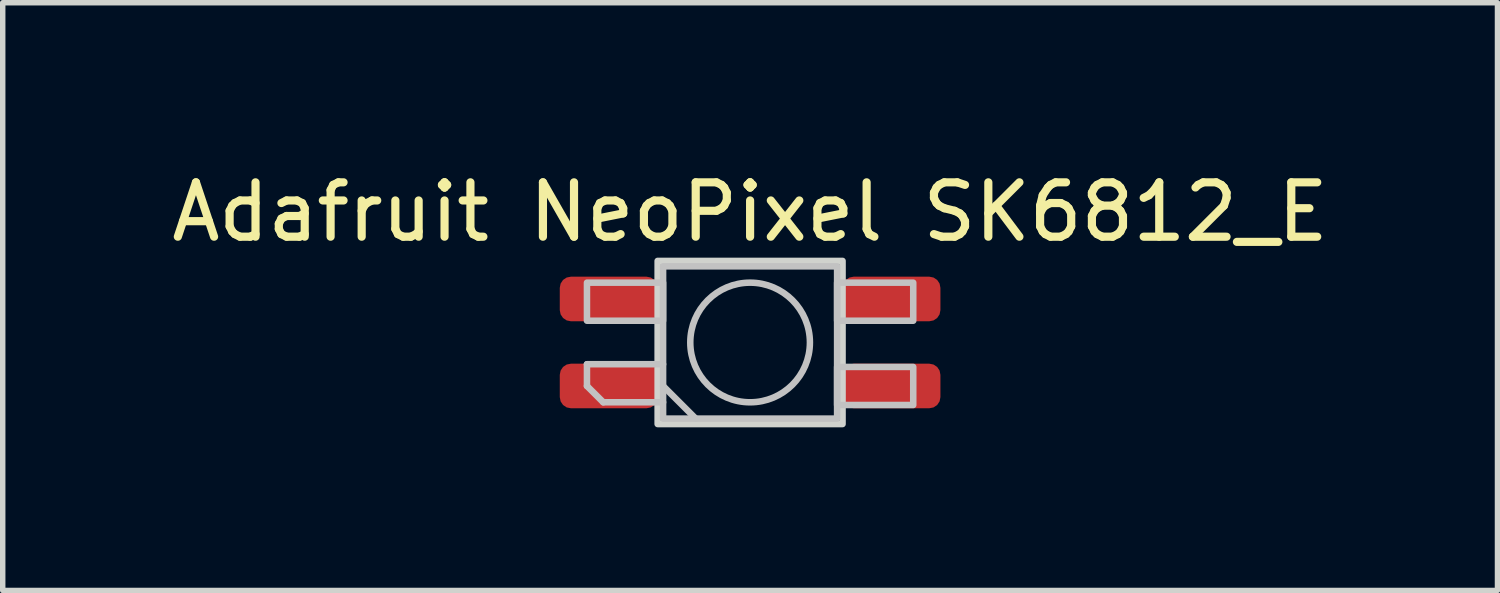
<source format=kicad_pcb>
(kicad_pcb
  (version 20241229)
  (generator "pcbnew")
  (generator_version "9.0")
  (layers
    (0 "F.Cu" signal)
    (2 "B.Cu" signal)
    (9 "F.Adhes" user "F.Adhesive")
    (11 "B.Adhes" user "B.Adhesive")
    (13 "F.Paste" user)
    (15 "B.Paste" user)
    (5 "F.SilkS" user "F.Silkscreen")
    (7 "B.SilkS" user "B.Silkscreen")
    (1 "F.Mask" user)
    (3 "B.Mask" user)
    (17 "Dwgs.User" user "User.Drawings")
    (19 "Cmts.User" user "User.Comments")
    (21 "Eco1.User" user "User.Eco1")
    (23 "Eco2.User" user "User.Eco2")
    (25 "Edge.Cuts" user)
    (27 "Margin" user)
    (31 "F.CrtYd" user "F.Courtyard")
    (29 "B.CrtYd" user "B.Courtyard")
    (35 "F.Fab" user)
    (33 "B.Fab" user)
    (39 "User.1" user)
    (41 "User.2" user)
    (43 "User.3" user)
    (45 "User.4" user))
  (footprint "Adafruit NeoPixel SK6812_E"
    (layer "F.Cu")
    (at 10.744 3.248)
    (property "Reference" "Adafruit NeoPixel SK6812_E" (at 0 -2.4 0) (unlocked yes) (layer "F.SilkS") (effects (font (size 1 1) (thickness 0.15))))
    (attr smd)
    (fp_line (start -3 0.4) (end -3 0.8) (stroke (width 0.12) (type solid)) (layer "Dwgs.User"))
    (fp_line (start -3 0.8) (end -2.7 1.1) (stroke (width 0.12) (type solid)) (layer "Dwgs.User"))
    (fp_line (start -2.7 1.1) (end -1.6 1.1) (stroke (width 0.12) (type solid)) (layer "Dwgs.User"))
    (fp_line (start -1.6 0.4) (end -3 0.4) (stroke (width 0.12) (type solid)) (layer "Dwgs.User"))
    (fp_line (start -1 1.4) (end -1.6 0.8) (stroke (width 0.12) (type solid)) (layer "Dwgs.User"))
    (fp_rect (start -1.6 -1.1) (end -3 -0.4) (stroke (width 0.12) (type solid)) (fill no) (layer "Dwgs.User"))
    (fp_rect (start 1.6 -1.1) (end 3 -0.4) (stroke (width 0.12) (type solid)) (fill no) (layer "Dwgs.User"))
    (fp_rect (start 1.6 1.4) (end -1.6 -1.4) (stroke (width 0.12) (type solid)) (fill no) (layer "Dwgs.User"))
    (fp_rect (start 3 1.15) (end 1.6 0.45) (stroke (width 0.12) (type solid)) (fill no) (layer "Dwgs.User"))
    (fp_circle (center 0 0) (end 0 -1.1) (stroke (width 0.12) (type solid)) (fill no) (layer "Dwgs.User"))
    (fp_rect (start -1.7 -1.5) (end 1.7 1.5) (stroke (width 0.12) (type solid)) (fill no) (layer "Edge.Cuts"))
    (pad "1" smd roundrect (at 2.6 -0.8) (size 1.8 0.82) (layers "F.Cu" "F.Mask" "F.Paste") (roundrect_rratio 0.25))
    (pad "2" smd roundrect (at 2.6 0.8) (size 1.8 0.82) (layers "F.Cu" "F.Mask" "F.Paste") (roundrect_rratio 0.25))
    (pad "3" smd roundrect (at -2.6 0.8) (size 1.8 0.82) (layers "F.Cu" "F.Mask" "F.Paste") (roundrect_rratio 0.25))
    (pad "4" smd roundrect (at -2.6 -0.8) (size 1.8 0.82) (layers "F.Cu" "F.Mask" "F.Paste") (roundrect_rratio 0.25)))
  (gr_rect
    (start -3 -3)
    (end 24.488 7.808)
    (stroke (width 0.1) (type default))
    (fill no)
    (layer "Edge.Cuts")))
</source>
